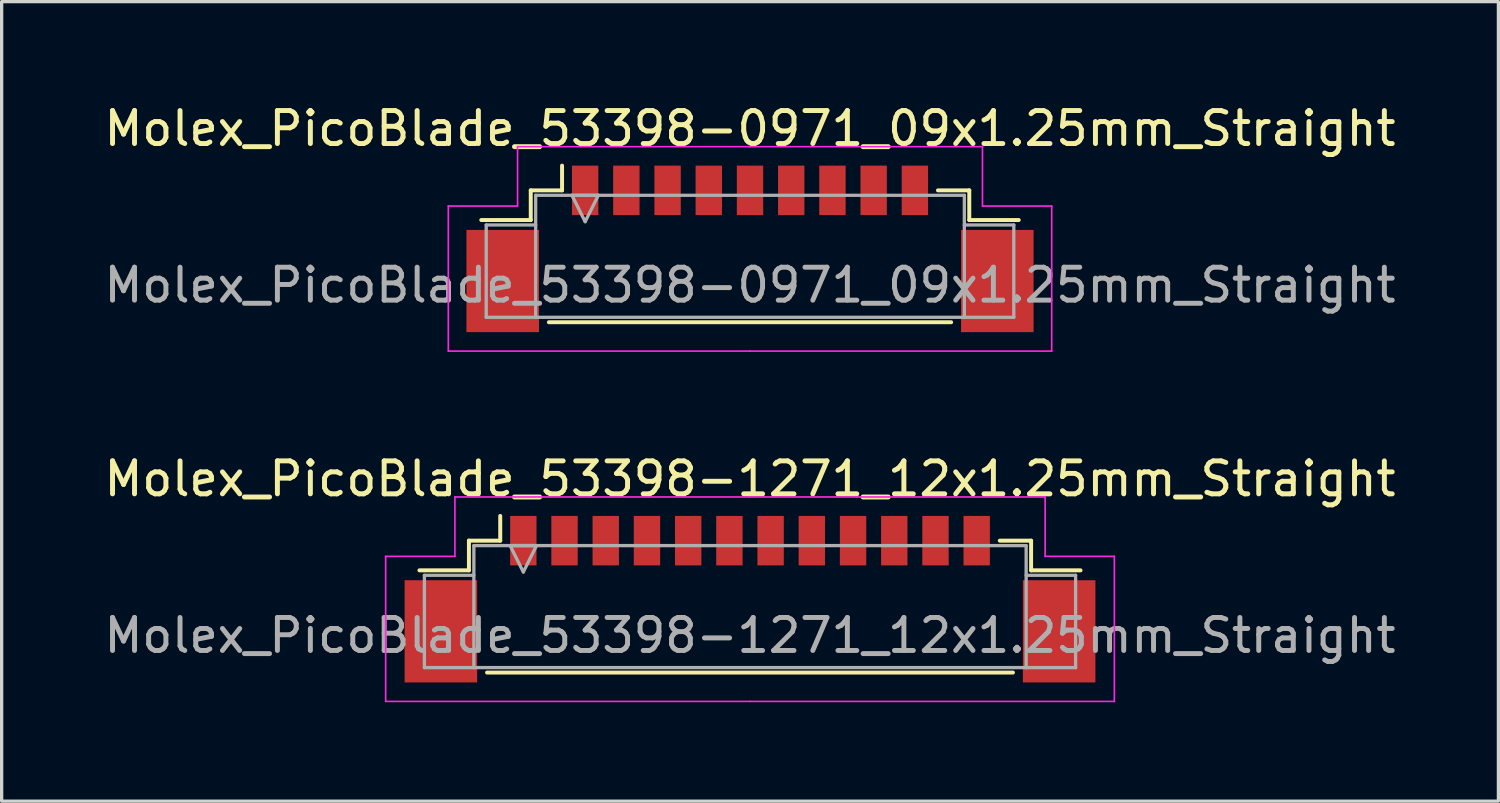
<source format=kicad_pcb>
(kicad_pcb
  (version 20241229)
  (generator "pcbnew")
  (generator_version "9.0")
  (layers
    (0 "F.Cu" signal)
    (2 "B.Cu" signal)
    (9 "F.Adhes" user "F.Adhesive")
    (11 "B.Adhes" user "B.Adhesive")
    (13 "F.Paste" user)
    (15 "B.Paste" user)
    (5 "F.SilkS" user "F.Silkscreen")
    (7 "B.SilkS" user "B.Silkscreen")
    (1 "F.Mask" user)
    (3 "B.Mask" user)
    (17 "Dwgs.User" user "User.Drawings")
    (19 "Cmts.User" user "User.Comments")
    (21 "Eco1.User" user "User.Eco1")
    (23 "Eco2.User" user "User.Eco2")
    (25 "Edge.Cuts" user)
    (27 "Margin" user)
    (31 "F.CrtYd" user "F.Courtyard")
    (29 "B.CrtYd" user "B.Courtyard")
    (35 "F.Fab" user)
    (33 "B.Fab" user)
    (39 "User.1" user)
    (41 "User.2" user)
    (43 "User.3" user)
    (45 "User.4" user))
  (footprint "Molex_PicoBlade_53398-0971_09x1.25mm_Straight"
    (layer "F.Cu")
    (at 19.696 4.098)
    (property "Reference" "Molex_PicoBlade_53398-0971_09x1.25mm_Straight" (at 0 -3.25 0) (layer "F.SilkS") (effects (font (size 1 1) (thickness 0.15))))
    (attr smd)
    (fp_line (start -6.65 -1.375) (end -6.65 -0.475) (stroke (width 0.12) (type solid)) (layer "F.SilkS"))
    (fp_line (start -6.65 -0.475) (end -8.15 -0.475) (stroke (width 0.12) (type solid)) (layer "F.SilkS"))
    (fp_line (start -6.1 2.625) (end 6.1 2.625) (stroke (width 0.12) (type solid)) (layer "F.SilkS"))
    (fp_line (start -5.7 -1.375) (end -6.65 -1.375) (stroke (width 0.12) (type solid)) (layer "F.SilkS"))
    (fp_line (start -5.7 -1.375) (end -5.7 -2.125) (stroke (width 0.12) (type solid)) (layer "F.SilkS"))
    (fp_line (start 5.7 -1.375) (end 6.65 -1.375) (stroke (width 0.12) (type solid)) (layer "F.SilkS"))
    (fp_line (start 6.65 -1.375) (end 6.65 -0.475) (stroke (width 0.12) (type solid)) (layer "F.SilkS"))
    (fp_line (start 6.65 -0.475) (end 8.15 -0.475) (stroke (width 0.12) (type solid)) (layer "F.SilkS"))
    (fp_line (start -9.15 -0.9) (end -9.15 3.5) (stroke (width 0.05) (type solid)) (layer "F.CrtYd"))
    (fp_line (start -9.15 3.5) (end 0 3.5) (stroke (width 0.05) (type solid)) (layer "F.CrtYd"))
    (fp_line (start -7.05 -2.7) (end -7.05 -0.9) (stroke (width 0.05) (type solid)) (layer "F.CrtYd"))
    (fp_line (start -7.05 -0.9) (end -9.15 -0.9) (stroke (width 0.05) (type solid)) (layer "F.CrtYd"))
    (fp_line (start 0 -2.7) (end -7.05 -2.7) (stroke (width 0.05) (type solid)) (layer "F.CrtYd"))
    (fp_line (start 0 -2.7) (end 7.05 -2.7) (stroke (width 0.05) (type solid)) (layer "F.CrtYd"))
    (fp_line (start 7.05 -2.7) (end 7.05 -0.9) (stroke (width 0.05) (type solid)) (layer "F.CrtYd"))
    (fp_line (start 7.05 -0.9) (end 9.15 -0.9) (stroke (width 0.05) (type solid)) (layer "F.CrtYd"))
    (fp_line (start 9.15 -0.9) (end 9.15 3.5) (stroke (width 0.05) (type solid)) (layer "F.CrtYd"))
    (fp_line (start 9.15 3.5) (end 0 3.5) (stroke (width 0.05) (type solid)) (layer "F.CrtYd"))
    (fp_line (start -8 -0.325) (end -6.5 -0.325) (stroke (width 0.1) (type solid)) (layer "F.Fab"))
    (fp_line (start -8 2.475) (end -8 -0.325) (stroke (width 0.1) (type solid)) (layer "F.Fab"))
    (fp_line (start -6.5 -1.225) (end -6.5 2.475) (stroke (width 0.1) (type solid)) (layer "F.Fab"))
    (fp_line (start -6.5 2.475) (end -8 2.475) (stroke (width 0.1) (type solid)) (layer "F.Fab"))
    (fp_line (start -6.5 2.475) (end 6.5 2.475) (stroke (width 0.1) (type solid)) (layer "F.Fab"))
    (fp_line (start -5.4 -1.225) (end -5 -0.425) (stroke (width 0.1) (type solid)) (layer "F.Fab"))
    (fp_line (start -5 -0.425) (end -4.6 -1.225) (stroke (width 0.1) (type solid)) (layer "F.Fab"))
    (fp_line (start -4.6 -1.225) (end -5.4 -1.225) (stroke (width 0.1) (type solid)) (layer "F.Fab"))
    (fp_line (start 6.5 -1.225) (end -6.5 -1.225) (stroke (width 0.1) (type solid)) (layer "F.Fab"))
    (fp_line (start 6.5 2.475) (end 6.5 -1.225) (stroke (width 0.1) (type solid)) (layer "F.Fab"))
    (fp_line (start 6.5 2.475) (end 8 2.475) (stroke (width 0.1) (type solid)) (layer "F.Fab"))
    (fp_line (start 8 -0.325) (end 6.5 -0.325) (stroke (width 0.1) (type solid)) (layer "F.Fab"))
    (fp_line (start 8 2.475) (end 8 -0.325) (stroke (width 0.1) (type solid)) (layer "F.Fab"))
    (fp_text user "${REFERENCE}" (at 0 1.5 0) (layer "F.Fab") (effects (font (size 1 1) (thickness 0.15))))
    (pad "" smd rect (at -7.5 1.375) (size 2.2 3.1) (layers "F.Cu" "F.Mask" "F.Paste"))
    (pad "" smd rect (at 7.5 1.375) (size 2.2 3.1) (layers "F.Cu" "F.Mask" "F.Paste"))
    (pad "1" smd rect (at -5 -1.375) (size 0.8 1.5) (layers "F.Cu" "F.Mask" "F.Paste"))
    (pad "2" smd rect (at -3.75 -1.375) (size 0.8 1.5) (layers "F.Cu" "F.Mask" "F.Paste"))
    (pad "3" smd rect (at -2.5 -1.375) (size 0.8 1.5) (layers "F.Cu" "F.Mask" "F.Paste"))
    (pad "4" smd rect (at -1.25 -1.375) (size 0.8 1.5) (layers "F.Cu" "F.Mask" "F.Paste"))
    (pad "5" smd rect (at 0 -1.375) (size 0.8 1.5) (layers "F.Cu" "F.Mask" "F.Paste"))
    (pad "6" smd rect (at 1.25 -1.375) (size 0.8 1.5) (layers "F.Cu" "F.Mask" "F.Paste"))
    (pad "7" smd rect (at 2.5 -1.375) (size 0.8 1.5) (layers "F.Cu" "F.Mask" "F.Paste"))
    (pad "8" smd rect (at 3.75 -1.375) (size 0.8 1.5) (layers "F.Cu" "F.Mask" "F.Paste"))
    (pad "9" smd rect (at 5 -1.375) (size 0.8 1.5) (layers "F.Cu" "F.Mask" "F.Paste")))
  (footprint "Molex_PicoBlade_53398-1271_12x1.25mm_Straight"
    (layer "F.Cu")
    (at 19.696 14.722)
    (property "Reference" "Molex_PicoBlade_53398-1271_12x1.25mm_Straight" (at 0 -3.25 0) (layer "F.SilkS") (effects (font (size 1 1) (thickness 0.15))))
    (attr smd)
    (fp_line (start -8.525 -1.375) (end -8.525 -0.475) (stroke (width 0.12) (type solid)) (layer "F.SilkS"))
    (fp_line (start -8.525 -0.475) (end -10.025 -0.475) (stroke (width 0.12) (type solid)) (layer "F.SilkS"))
    (fp_line (start -7.975 2.625) (end 7.975 2.625) (stroke (width 0.12) (type solid)) (layer "F.SilkS"))
    (fp_line (start -7.575 -1.375) (end -8.525 -1.375) (stroke (width 0.12) (type solid)) (layer "F.SilkS"))
    (fp_line (start -7.575 -1.375) (end -7.575 -2.125) (stroke (width 0.12) (type solid)) (layer "F.SilkS"))
    (fp_line (start 7.575 -1.375) (end 8.525 -1.375) (stroke (width 0.12) (type solid)) (layer "F.SilkS"))
    (fp_line (start 8.525 -1.375) (end 8.525 -0.475) (stroke (width 0.12) (type solid)) (layer "F.SilkS"))
    (fp_line (start 8.525 -0.475) (end 10.025 -0.475) (stroke (width 0.12) (type solid)) (layer "F.SilkS"))
    (fp_line (start -11.05 -0.9) (end -11.05 3.5) (stroke (width 0.05) (type solid)) (layer "F.CrtYd"))
    (fp_line (start -11.05 3.5) (end 0 3.5) (stroke (width 0.05) (type solid)) (layer "F.CrtYd"))
    (fp_line (start -8.95 -2.7) (end -8.95 -0.9) (stroke (width 0.05) (type solid)) (layer "F.CrtYd"))
    (fp_line (start -8.95 -0.9) (end -11.05 -0.9) (stroke (width 0.05) (type solid)) (layer "F.CrtYd"))
    (fp_line (start 0 -2.7) (end -8.95 -2.7) (stroke (width 0.05) (type solid)) (layer "F.CrtYd"))
    (fp_line (start 0 -2.7) (end 8.95 -2.7) (stroke (width 0.05) (type solid)) (layer "F.CrtYd"))
    (fp_line (start 8.95 -2.7) (end 8.95 -0.9) (stroke (width 0.05) (type solid)) (layer "F.CrtYd"))
    (fp_line (start 8.95 -0.9) (end 11.05 -0.9) (stroke (width 0.05) (type solid)) (layer "F.CrtYd"))
    (fp_line (start 11.05 -0.9) (end 11.05 3.5) (stroke (width 0.05) (type solid)) (layer "F.CrtYd"))
    (fp_line (start 11.05 3.5) (end 0 3.5) (stroke (width 0.05) (type solid)) (layer "F.CrtYd"))
    (fp_line (start -9.875 -0.325) (end -8.375 -0.325) (stroke (width 0.1) (type solid)) (layer "F.Fab"))
    (fp_line (start -9.875 2.475) (end -9.875 -0.325) (stroke (width 0.1) (type solid)) (layer "F.Fab"))
    (fp_line (start -8.375 -1.225) (end -8.375 2.475) (stroke (width 0.1) (type solid)) (layer "F.Fab"))
    (fp_line (start -8.375 2.475) (end -9.875 2.475) (stroke (width 0.1) (type solid)) (layer "F.Fab"))
    (fp_line (start -8.375 2.475) (end 8.375 2.475) (stroke (width 0.1) (type solid)) (layer "F.Fab"))
    (fp_line (start -7.275 -1.225) (end -6.875 -0.425) (stroke (width 0.1) (type solid)) (layer "F.Fab"))
    (fp_line (start -6.875 -0.425) (end -6.475 -1.225) (stroke (width 0.1) (type solid)) (layer "F.Fab"))
    (fp_line (start -6.475 -1.225) (end -7.275 -1.225) (stroke (width 0.1) (type solid)) (layer "F.Fab"))
    (fp_line (start 8.375 -1.225) (end -8.375 -1.225) (stroke (width 0.1) (type solid)) (layer "F.Fab"))
    (fp_line (start 8.375 2.475) (end 8.375 -1.225) (stroke (width 0.1) (type solid)) (layer "F.Fab"))
    (fp_line (start 8.375 2.475) (end 9.875 2.475) (stroke (width 0.1) (type solid)) (layer "F.Fab"))
    (fp_line (start 9.875 -0.325) (end 8.375 -0.325) (stroke (width 0.1) (type solid)) (layer "F.Fab"))
    (fp_line (start 9.875 2.475) (end 9.875 -0.325) (stroke (width 0.1) (type solid)) (layer "F.Fab"))
    (fp_text user "${REFERENCE}" (at 0 1.5 0) (layer "F.Fab") (effects (font (size 1 1) (thickness 0.15))))
    (pad "" smd rect (at -9.375 1.375) (size 2.2 3.1) (layers "F.Cu" "F.Mask" "F.Paste"))
    (pad "" smd rect (at 9.375 1.375) (size 2.2 3.1) (layers "F.Cu" "F.Mask" "F.Paste"))
    (pad "1" smd rect (at -6.875 -1.375) (size 0.8 1.5) (layers "F.Cu" "F.Mask" "F.Paste"))
    (pad "2" smd rect (at -5.625 -1.375) (size 0.8 1.5) (layers "F.Cu" "F.Mask" "F.Paste"))
    (pad "3" smd rect (at -4.375 -1.375) (size 0.8 1.5) (layers "F.Cu" "F.Mask" "F.Paste"))
    (pad "4" smd rect (at -3.125 -1.375) (size 0.8 1.5) (layers "F.Cu" "F.Mask" "F.Paste"))
    (pad "5" smd rect (at -1.875 -1.375) (size 0.8 1.5) (layers "F.Cu" "F.Mask" "F.Paste"))
    (pad "6" smd rect (at -0.625 -1.375) (size 0.8 1.5) (layers "F.Cu" "F.Mask" "F.Paste"))
    (pad "7" smd rect (at 0.625 -1.375) (size 0.8 1.5) (layers "F.Cu" "F.Mask" "F.Paste"))
    (pad "8" smd rect (at 1.875 -1.375) (size 0.8 1.5) (layers "F.Cu" "F.Mask" "F.Paste"))
    (pad "9" smd rect (at 3.125 -1.375) (size 0.8 1.5) (layers "F.Cu" "F.Mask" "F.Paste"))
    (pad "10" smd rect (at 4.375 -1.375) (size 0.8 1.5) (layers "F.Cu" "F.Mask" "F.Paste"))
    (pad "11" smd rect (at 5.625 -1.375) (size 0.8 1.5) (layers "F.Cu" "F.Mask" "F.Paste"))
    (pad "12" smd rect (at 6.875 -1.375) (size 0.8 1.5) (layers "F.Cu" "F.Mask" "F.Paste")))
  (gr_rect
    (start -3 -3)
    (end 42.393 21.247)
    (stroke (width 0.1) (type default))
    (fill no)
    (layer "Edge.Cuts")))
</source>
